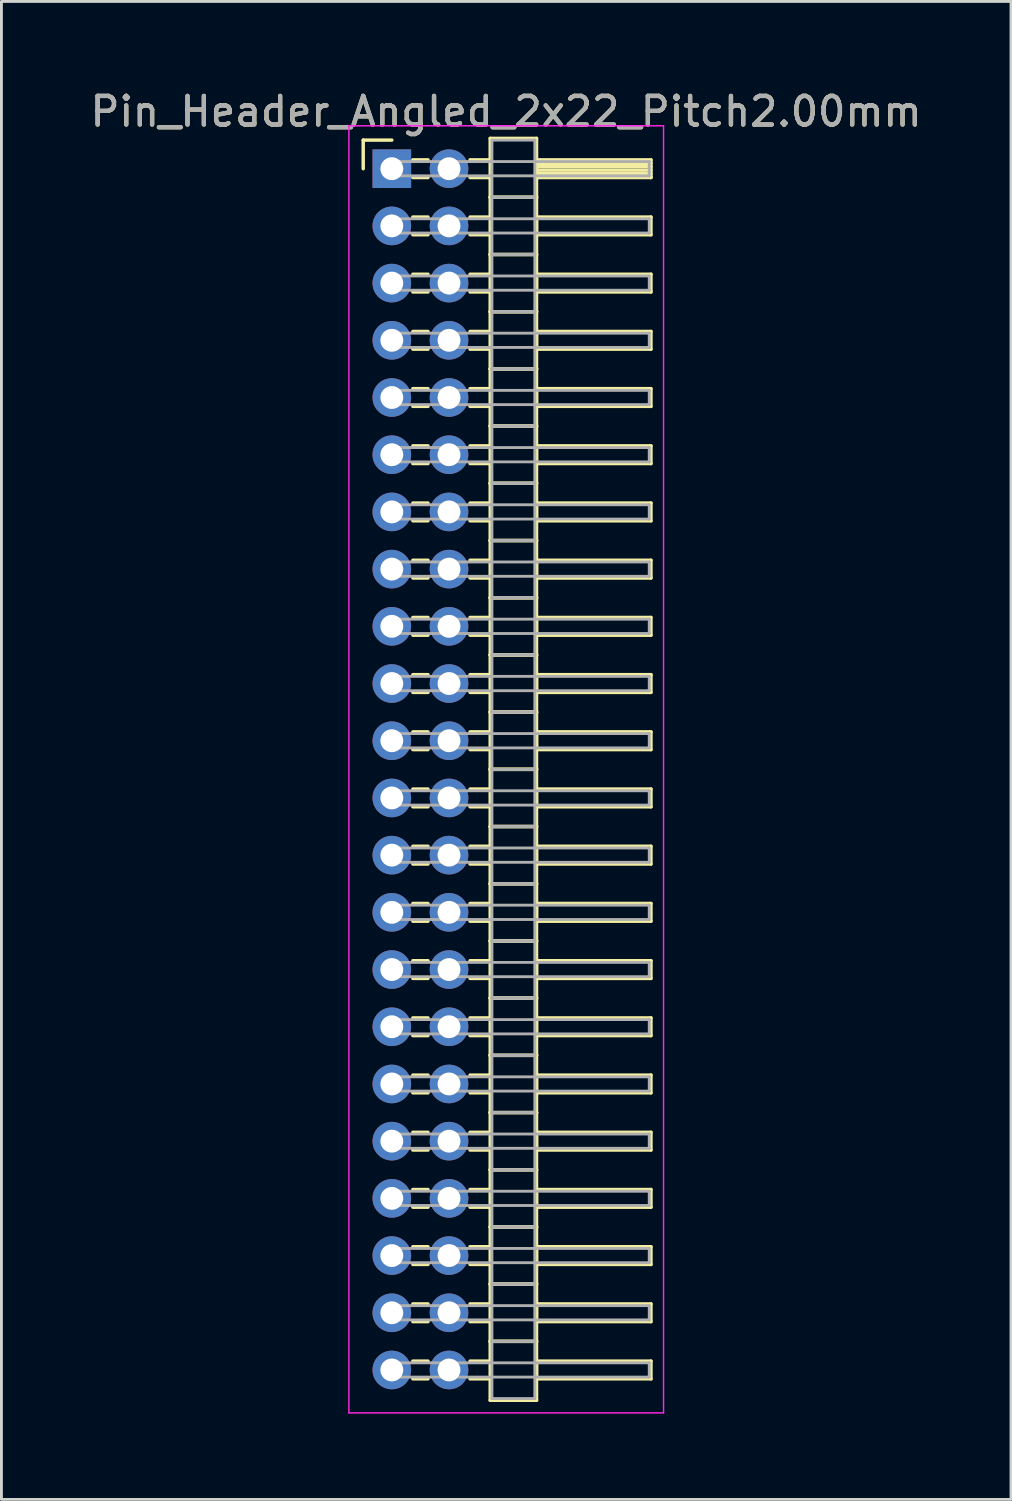
<source format=kicad_pcb>
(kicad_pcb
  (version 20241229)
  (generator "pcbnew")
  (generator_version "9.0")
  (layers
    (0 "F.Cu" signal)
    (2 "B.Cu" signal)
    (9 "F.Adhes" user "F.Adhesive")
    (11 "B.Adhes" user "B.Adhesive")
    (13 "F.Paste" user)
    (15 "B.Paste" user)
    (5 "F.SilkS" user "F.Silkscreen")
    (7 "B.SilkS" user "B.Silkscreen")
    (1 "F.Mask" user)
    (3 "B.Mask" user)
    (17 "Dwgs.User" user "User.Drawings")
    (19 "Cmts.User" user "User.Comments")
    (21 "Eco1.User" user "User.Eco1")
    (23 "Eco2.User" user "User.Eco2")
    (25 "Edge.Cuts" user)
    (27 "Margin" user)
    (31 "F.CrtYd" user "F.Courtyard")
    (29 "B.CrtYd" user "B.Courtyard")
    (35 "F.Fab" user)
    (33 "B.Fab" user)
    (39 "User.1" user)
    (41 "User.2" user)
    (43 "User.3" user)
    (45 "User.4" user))
  (footprint "Pin_Header_Angled_2x22_Pitch2.00mm"
    (layer "F.Cu")
    (at 10.649 2.848)
    (property "Reference" "Pin_Header_Angled_2x22_Pitch2.00mm" (at 4 -2 0) (layer "F.SilkS") (effects (font (size 1 1) (thickness 0.15))))
    (attr through_hole)
    (fp_line (start -1 -1) (end 0 -1) (stroke (width 0.12) (type solid)) (layer "F.SilkS"))
    (fp_line (start -1 0) (end -1 -1) (stroke (width 0.12) (type solid)) (layer "F.SilkS"))
    (fp_line (start 0.735 -0.31) (end 1.265 -0.31) (stroke (width 0.12) (type solid)) (layer "F.SilkS"))
    (fp_line (start 0.735 0.31) (end 1.265 0.31) (stroke (width 0.12) (type solid)) (layer "F.SilkS"))
    (fp_line (start 0.735 1.69) (end 1.265 1.69) (stroke (width 0.12) (type solid)) (layer "F.SilkS"))
    (fp_line (start 0.735 2.31) (end 1.265 2.31) (stroke (width 0.12) (type solid)) (layer "F.SilkS"))
    (fp_line (start 0.735 3.69) (end 1.265 3.69) (stroke (width 0.12) (type solid)) (layer "F.SilkS"))
    (fp_line (start 0.735 4.31) (end 1.265 4.31) (stroke (width 0.12) (type solid)) (layer "F.SilkS"))
    (fp_line (start 0.735 5.69) (end 1.265 5.69) (stroke (width 0.12) (type solid)) (layer "F.SilkS"))
    (fp_line (start 0.735 6.31) (end 1.265 6.31) (stroke (width 0.12) (type solid)) (layer "F.SilkS"))
    (fp_line (start 0.735 7.69) (end 1.265 7.69) (stroke (width 0.12) (type solid)) (layer "F.SilkS"))
    (fp_line (start 0.735 8.31) (end 1.265 8.31) (stroke (width 0.12) (type solid)) (layer "F.SilkS"))
    (fp_line (start 0.735 9.69) (end 1.265 9.69) (stroke (width 0.12) (type solid)) (layer "F.SilkS"))
    (fp_line (start 0.735 10.31) (end 1.265 10.31) (stroke (width 0.12) (type solid)) (layer "F.SilkS"))
    (fp_line (start 0.735 11.69) (end 1.265 11.69) (stroke (width 0.12) (type solid)) (layer "F.SilkS"))
    (fp_line (start 0.735 12.31) (end 1.265 12.31) (stroke (width 0.12) (type solid)) (layer "F.SilkS"))
    (fp_line (start 0.735 13.69) (end 1.265 13.69) (stroke (width 0.12) (type solid)) (layer "F.SilkS"))
    (fp_line (start 0.735 14.31) (end 1.265 14.31) (stroke (width 0.12) (type solid)) (layer "F.SilkS"))
    (fp_line (start 0.735 15.69) (end 1.265 15.69) (stroke (width 0.12) (type solid)) (layer "F.SilkS"))
    (fp_line (start 0.735 16.31) (end 1.265 16.31) (stroke (width 0.12) (type solid)) (layer "F.SilkS"))
    (fp_line (start 0.735 17.69) (end 1.265 17.69) (stroke (width 0.12) (type solid)) (layer "F.SilkS"))
    (fp_line (start 0.735 18.31) (end 1.265 18.31) (stroke (width 0.12) (type solid)) (layer "F.SilkS"))
    (fp_line (start 0.735 19.69) (end 1.265 19.69) (stroke (width 0.12) (type solid)) (layer "F.SilkS"))
    (fp_line (start 0.735 20.31) (end 1.265 20.31) (stroke (width 0.12) (type solid)) (layer "F.SilkS"))
    (fp_line (start 0.735 21.69) (end 1.265 21.69) (stroke (width 0.12) (type solid)) (layer "F.SilkS"))
    (fp_line (start 0.735 22.31) (end 1.265 22.31) (stroke (width 0.12) (type solid)) (layer "F.SilkS"))
    (fp_line (start 0.735 23.69) (end 1.265 23.69) (stroke (width 0.12) (type solid)) (layer "F.SilkS"))
    (fp_line (start 0.735 24.31) (end 1.265 24.31) (stroke (width 0.12) (type solid)) (layer "F.SilkS"))
    (fp_line (start 0.735 25.69) (end 1.265 25.69) (stroke (width 0.12) (type solid)) (layer "F.SilkS"))
    (fp_line (start 0.735 26.31) (end 1.265 26.31) (stroke (width 0.12) (type solid)) (layer "F.SilkS"))
    (fp_line (start 0.735 27.69) (end 1.265 27.69) (stroke (width 0.12) (type solid)) (layer "F.SilkS"))
    (fp_line (start 0.735 28.31) (end 1.265 28.31) (stroke (width 0.12) (type solid)) (layer "F.SilkS"))
    (fp_line (start 0.735 29.69) (end 1.265 29.69) (stroke (width 0.12) (type solid)) (layer "F.SilkS"))
    (fp_line (start 0.735 30.31) (end 1.265 30.31) (stroke (width 0.12) (type solid)) (layer "F.SilkS"))
    (fp_line (start 0.735 31.69) (end 1.265 31.69) (stroke (width 0.12) (type solid)) (layer "F.SilkS"))
    (fp_line (start 0.735 32.31) (end 1.265 32.31) (stroke (width 0.12) (type solid)) (layer "F.SilkS"))
    (fp_line (start 0.735 33.69) (end 1.265 33.69) (stroke (width 0.12) (type solid)) (layer "F.SilkS"))
    (fp_line (start 0.735 34.31) (end 1.265 34.31) (stroke (width 0.12) (type solid)) (layer "F.SilkS"))
    (fp_line (start 0.735 35.69) (end 1.265 35.69) (stroke (width 0.12) (type solid)) (layer "F.SilkS"))
    (fp_line (start 0.735 36.31) (end 1.265 36.31) (stroke (width 0.12) (type solid)) (layer "F.SilkS"))
    (fp_line (start 0.735 37.69) (end 1.265 37.69) (stroke (width 0.12) (type solid)) (layer "F.SilkS"))
    (fp_line (start 0.735 38.31) (end 1.265 38.31) (stroke (width 0.12) (type solid)) (layer "F.SilkS"))
    (fp_line (start 0.735 39.69) (end 1.265 39.69) (stroke (width 0.12) (type solid)) (layer "F.SilkS"))
    (fp_line (start 0.735 40.31) (end 1.265 40.31) (stroke (width 0.12) (type solid)) (layer "F.SilkS"))
    (fp_line (start 0.735 41.69) (end 1.265 41.69) (stroke (width 0.12) (type solid)) (layer "F.SilkS"))
    (fp_line (start 0.735 42.31) (end 1.265 42.31) (stroke (width 0.12) (type solid)) (layer "F.SilkS"))
    (fp_line (start 2.735 -0.31) (end 3.44 -0.31) (stroke (width 0.12) (type solid)) (layer "F.SilkS"))
    (fp_line (start 2.735 0.31) (end 3.44 0.31) (stroke (width 0.12) (type solid)) (layer "F.SilkS"))
    (fp_line (start 2.735 1.69) (end 3.44 1.69) (stroke (width 0.12) (type solid)) (layer "F.SilkS"))
    (fp_line (start 2.735 2.31) (end 3.44 2.31) (stroke (width 0.12) (type solid)) (layer "F.SilkS"))
    (fp_line (start 2.735 3.69) (end 3.44 3.69) (stroke (width 0.12) (type solid)) (layer "F.SilkS"))
    (fp_line (start 2.735 4.31) (end 3.44 4.31) (stroke (width 0.12) (type solid)) (layer "F.SilkS"))
    (fp_line (start 2.735 5.69) (end 3.44 5.69) (stroke (width 0.12) (type solid)) (layer "F.SilkS"))
    (fp_line (start 2.735 6.31) (end 3.44 6.31) (stroke (width 0.12) (type solid)) (layer "F.SilkS"))
    (fp_line (start 2.735 7.69) (end 3.44 7.69) (stroke (width 0.12) (type solid)) (layer "F.SilkS"))
    (fp_line (start 2.735 8.31) (end 3.44 8.31) (stroke (width 0.12) (type solid)) (layer "F.SilkS"))
    (fp_line (start 2.735 9.69) (end 3.44 9.69) (stroke (width 0.12) (type solid)) (layer "F.SilkS"))
    (fp_line (start 2.735 10.31) (end 3.44 10.31) (stroke (width 0.12) (type solid)) (layer "F.SilkS"))
    (fp_line (start 2.735 11.69) (end 3.44 11.69) (stroke (width 0.12) (type solid)) (layer "F.SilkS"))
    (fp_line (start 2.735 12.31) (end 3.44 12.31) (stroke (width 0.12) (type solid)) (layer "F.SilkS"))
    (fp_line (start 2.735 13.69) (end 3.44 13.69) (stroke (width 0.12) (type solid)) (layer "F.SilkS"))
    (fp_line (start 2.735 14.31) (end 3.44 14.31) (stroke (width 0.12) (type solid)) (layer "F.SilkS"))
    (fp_line (start 2.735 15.69) (end 3.44 15.69) (stroke (width 0.12) (type solid)) (layer "F.SilkS"))
    (fp_line (start 2.735 16.31) (end 3.44 16.31) (stroke (width 0.12) (type solid)) (layer "F.SilkS"))
    (fp_line (start 2.735 17.69) (end 3.44 17.69) (stroke (width 0.12) (type solid)) (layer "F.SilkS"))
    (fp_line (start 2.735 18.31) (end 3.44 18.31) (stroke (width 0.12) (type solid)) (layer "F.SilkS"))
    (fp_line (start 2.735 19.69) (end 3.44 19.69) (stroke (width 0.12) (type solid)) (layer "F.SilkS"))
    (fp_line (start 2.735 20.31) (end 3.44 20.31) (stroke (width 0.12) (type solid)) (layer "F.SilkS"))
    (fp_line (start 2.735 21.69) (end 3.44 21.69) (stroke (width 0.12) (type solid)) (layer "F.SilkS"))
    (fp_line (start 2.735 22.31) (end 3.44 22.31) (stroke (width 0.12) (type solid)) (layer "F.SilkS"))
    (fp_line (start 2.735 23.69) (end 3.44 23.69) (stroke (width 0.12) (type solid)) (layer "F.SilkS"))
    (fp_line (start 2.735 24.31) (end 3.44 24.31) (stroke (width 0.12) (type solid)) (layer "F.SilkS"))
    (fp_line (start 2.735 25.69) (end 3.44 25.69) (stroke (width 0.12) (type solid)) (layer "F.SilkS"))
    (fp_line (start 2.735 26.31) (end 3.44 26.31) (stroke (width 0.12) (type solid)) (layer "F.SilkS"))
    (fp_line (start 2.735 27.69) (end 3.44 27.69) (stroke (width 0.12) (type solid)) (layer "F.SilkS"))
    (fp_line (start 2.735 28.31) (end 3.44 28.31) (stroke (width 0.12) (type solid)) (layer "F.SilkS"))
    (fp_line (start 2.735 29.69) (end 3.44 29.69) (stroke (width 0.12) (type solid)) (layer "F.SilkS"))
    (fp_line (start 2.735 30.31) (end 3.44 30.31) (stroke (width 0.12) (type solid)) (layer "F.SilkS"))
    (fp_line (start 2.735 31.69) (end 3.44 31.69) (stroke (width 0.12) (type solid)) (layer "F.SilkS"))
    (fp_line (start 2.735 32.31) (end 3.44 32.31) (stroke (width 0.12) (type solid)) (layer "F.SilkS"))
    (fp_line (start 2.735 33.69) (end 3.44 33.69) (stroke (width 0.12) (type solid)) (layer "F.SilkS"))
    (fp_line (start 2.735 34.31) (end 3.44 34.31) (stroke (width 0.12) (type solid)) (layer "F.SilkS"))
    (fp_line (start 2.735 35.69) (end 3.44 35.69) (stroke (width 0.12) (type solid)) (layer "F.SilkS"))
    (fp_line (start 2.735 36.31) (end 3.44 36.31) (stroke (width 0.12) (type solid)) (layer "F.SilkS"))
    (fp_line (start 2.735 37.69) (end 3.44 37.69) (stroke (width 0.12) (type solid)) (layer "F.SilkS"))
    (fp_line (start 2.735 38.31) (end 3.44 38.31) (stroke (width 0.12) (type solid)) (layer "F.SilkS"))
    (fp_line (start 2.735 39.69) (end 3.44 39.69) (stroke (width 0.12) (type solid)) (layer "F.SilkS"))
    (fp_line (start 2.735 40.31) (end 3.44 40.31) (stroke (width 0.12) (type solid)) (layer "F.SilkS"))
    (fp_line (start 2.735 41.69) (end 3.44 41.69) (stroke (width 0.12) (type solid)) (layer "F.SilkS"))
    (fp_line (start 2.735 42.31) (end 3.44 42.31) (stroke (width 0.12) (type solid)) (layer "F.SilkS"))
    (fp_line (start 3.44 -1.06) (end 3.44 1) (stroke (width 0.12) (type solid)) (layer "F.SilkS"))
    (fp_line (start 3.44 1) (end 3.44 3) (stroke (width 0.12) (type solid)) (layer "F.SilkS"))
    (fp_line (start 3.44 1) (end 5.06 1) (stroke (width 0.12) (type solid)) (layer "F.SilkS"))
    (fp_line (start 3.44 3) (end 3.44 5) (stroke (width 0.12) (type solid)) (layer "F.SilkS"))
    (fp_line (start 3.44 3) (end 5.06 3) (stroke (width 0.12) (type solid)) (layer "F.SilkS"))
    (fp_line (start 3.44 5) (end 3.44 7) (stroke (width 0.12) (type solid)) (layer "F.SilkS"))
    (fp_line (start 3.44 5) (end 5.06 5) (stroke (width 0.12) (type solid)) (layer "F.SilkS"))
    (fp_line (start 3.44 7) (end 3.44 9) (stroke (width 0.12) (type solid)) (layer "F.SilkS"))
    (fp_line (start 3.44 7) (end 5.06 7) (stroke (width 0.12) (type solid)) (layer "F.SilkS"))
    (fp_line (start 3.44 9) (end 3.44 11) (stroke (width 0.12) (type solid)) (layer "F.SilkS"))
    (fp_line (start 3.44 9) (end 5.06 9) (stroke (width 0.12) (type solid)) (layer "F.SilkS"))
    (fp_line (start 3.44 11) (end 3.44 13) (stroke (width 0.12) (type solid)) (layer "F.SilkS"))
    (fp_line (start 3.44 11) (end 5.06 11) (stroke (width 0.12) (type solid)) (layer "F.SilkS"))
    (fp_line (start 3.44 13) (end 3.44 15) (stroke (width 0.12) (type solid)) (layer "F.SilkS"))
    (fp_line (start 3.44 13) (end 5.06 13) (stroke (width 0.12) (type solid)) (layer "F.SilkS"))
    (fp_line (start 3.44 15) (end 3.44 17) (stroke (width 0.12) (type solid)) (layer "F.SilkS"))
    (fp_line (start 3.44 15) (end 5.06 15) (stroke (width 0.12) (type solid)) (layer "F.SilkS"))
    (fp_line (start 3.44 17) (end 3.44 19) (stroke (width 0.12) (type solid)) (layer "F.SilkS"))
    (fp_line (start 3.44 17) (end 5.06 17) (stroke (width 0.12) (type solid)) (layer "F.SilkS"))
    (fp_line (start 3.44 19) (end 3.44 21) (stroke (width 0.12) (type solid)) (layer "F.SilkS"))
    (fp_line (start 3.44 19) (end 5.06 19) (stroke (width 0.12) (type solid)) (layer "F.SilkS"))
    (fp_line (start 3.44 21) (end 3.44 23) (stroke (width 0.12) (type solid)) (layer "F.SilkS"))
    (fp_line (start 3.44 21) (end 5.06 21) (stroke (width 0.12) (type solid)) (layer "F.SilkS"))
    (fp_line (start 3.44 23) (end 3.44 25) (stroke (width 0.12) (type solid)) (layer "F.SilkS"))
    (fp_line (start 3.44 23) (end 5.06 23) (stroke (width 0.12) (type solid)) (layer "F.SilkS"))
    (fp_line (start 3.44 25) (end 3.44 27) (stroke (width 0.12) (type solid)) (layer "F.SilkS"))
    (fp_line (start 3.44 25) (end 5.06 25) (stroke (width 0.12) (type solid)) (layer "F.SilkS"))
    (fp_line (start 3.44 27) (end 3.44 29) (stroke (width 0.12) (type solid)) (layer "F.SilkS"))
    (fp_line (start 3.44 27) (end 5.06 27) (stroke (width 0.12) (type solid)) (layer "F.SilkS"))
    (fp_line (start 3.44 29) (end 3.44 31) (stroke (width 0.12) (type solid)) (layer "F.SilkS"))
    (fp_line (start 3.44 29) (end 5.06 29) (stroke (width 0.12) (type solid)) (layer "F.SilkS"))
    (fp_line (start 3.44 31) (end 3.44 33) (stroke (width 0.12) (type solid)) (layer "F.SilkS"))
    (fp_line (start 3.44 31) (end 5.06 31) (stroke (width 0.12) (type solid)) (layer "F.SilkS"))
    (fp_line (start 3.44 33) (end 3.44 35) (stroke (width 0.12) (type solid)) (layer "F.SilkS"))
    (fp_line (start 3.44 33) (end 5.06 33) (stroke (width 0.12) (type solid)) (layer "F.SilkS"))
    (fp_line (start 3.44 35) (end 3.44 37) (stroke (width 0.12) (type solid)) (layer "F.SilkS"))
    (fp_line (start 3.44 35) (end 5.06 35) (stroke (width 0.12) (type solid)) (layer "F.SilkS"))
    (fp_line (start 3.44 37) (end 3.44 39) (stroke (width 0.12) (type solid)) (layer "F.SilkS"))
    (fp_line (start 3.44 37) (end 5.06 37) (stroke (width 0.12) (type solid)) (layer "F.SilkS"))
    (fp_line (start 3.44 39) (end 3.44 41) (stroke (width 0.12) (type solid)) (layer "F.SilkS"))
    (fp_line (start 3.44 39) (end 5.06 39) (stroke (width 0.12) (type solid)) (layer "F.SilkS"))
    (fp_line (start 3.44 41) (end 3.44 43.06) (stroke (width 0.12) (type solid)) (layer "F.SilkS"))
    (fp_line (start 3.44 41) (end 5.06 41) (stroke (width 0.12) (type solid)) (layer "F.SilkS"))
    (fp_line (start 3.44 43.06) (end 5.06 43.06) (stroke (width 0.12) (type solid)) (layer "F.SilkS"))
    (fp_line (start 5.06 -1.06) (end 3.44 -1.06) (stroke (width 0.12) (type solid)) (layer "F.SilkS"))
    (fp_line (start 5.06 -0.31) (end 5.06 0.31) (stroke (width 0.12) (type solid)) (layer "F.SilkS"))
    (fp_line (start 5.06 -0.19) (end 9.06 -0.19) (stroke (width 0.12) (type solid)) (layer "F.SilkS"))
    (fp_line (start 5.06 -0.07) (end 9.06 -0.07) (stroke (width 0.12) (type solid)) (layer "F.SilkS"))
    (fp_line (start 5.06 0.05) (end 9.06 0.05) (stroke (width 0.12) (type solid)) (layer "F.SilkS"))
    (fp_line (start 5.06 0.17) (end 9.06 0.17) (stroke (width 0.12) (type solid)) (layer "F.SilkS"))
    (fp_line (start 5.06 0.29) (end 9.06 0.29) (stroke (width 0.12) (type solid)) (layer "F.SilkS"))
    (fp_line (start 5.06 0.31) (end 9.06 0.31) (stroke (width 0.12) (type solid)) (layer "F.SilkS"))
    (fp_line (start 5.06 1) (end 3.44 1) (stroke (width 0.12) (type solid)) (layer "F.SilkS"))
    (fp_line (start 5.06 1) (end 5.06 -1.06) (stroke (width 0.12) (type solid)) (layer "F.SilkS"))
    (fp_line (start 5.06 1.69) (end 5.06 2.31) (stroke (width 0.12) (type solid)) (layer "F.SilkS"))
    (fp_line (start 5.06 2.31) (end 9.06 2.31) (stroke (width 0.12) (type solid)) (layer "F.SilkS"))
    (fp_line (start 5.06 3) (end 3.44 3) (stroke (width 0.12) (type solid)) (layer "F.SilkS"))
    (fp_line (start 5.06 3) (end 5.06 1) (stroke (width 0.12) (type solid)) (layer "F.SilkS"))
    (fp_line (start 5.06 3.69) (end 5.06 4.31) (stroke (width 0.12) (type solid)) (layer "F.SilkS"))
    (fp_line (start 5.06 4.31) (end 9.06 4.31) (stroke (width 0.12) (type solid)) (layer "F.SilkS"))
    (fp_line (start 5.06 5) (end 3.44 5) (stroke (width 0.12) (type solid)) (layer "F.SilkS"))
    (fp_line (start 5.06 5) (end 5.06 3) (stroke (width 0.12) (type solid)) (layer "F.SilkS"))
    (fp_line (start 5.06 5.69) (end 5.06 6.31) (stroke (width 0.12) (type solid)) (layer "F.SilkS"))
    (fp_line (start 5.06 6.31) (end 9.06 6.31) (stroke (width 0.12) (type solid)) (layer "F.SilkS"))
    (fp_line (start 5.06 7) (end 3.44 7) (stroke (width 0.12) (type solid)) (layer "F.SilkS"))
    (fp_line (start 5.06 7) (end 5.06 5) (stroke (width 0.12) (type solid)) (layer "F.SilkS"))
    (fp_line (start 5.06 7.69) (end 5.06 8.31) (stroke (width 0.12) (type solid)) (layer "F.SilkS"))
    (fp_line (start 5.06 8.31) (end 9.06 8.31) (stroke (width 0.12) (type solid)) (layer "F.SilkS"))
    (fp_line (start 5.06 9) (end 3.44 9) (stroke (width 0.12) (type solid)) (layer "F.SilkS"))
    (fp_line (start 5.06 9) (end 5.06 7) (stroke (width 0.12) (type solid)) (layer "F.SilkS"))
    (fp_line (start 5.06 9.69) (end 5.06 10.31) (stroke (width 0.12) (type solid)) (layer "F.SilkS"))
    (fp_line (start 5.06 10.31) (end 9.06 10.31) (stroke (width 0.12) (type solid)) (layer "F.SilkS"))
    (fp_line (start 5.06 11) (end 3.44 11) (stroke (width 0.12) (type solid)) (layer "F.SilkS"))
    (fp_line (start 5.06 11) (end 5.06 9) (stroke (width 0.12) (type solid)) (layer "F.SilkS"))
    (fp_line (start 5.06 11.69) (end 5.06 12.31) (stroke (width 0.12) (type solid)) (layer "F.SilkS"))
    (fp_line (start 5.06 12.31) (end 9.06 12.31) (stroke (width 0.12) (type solid)) (layer "F.SilkS"))
    (fp_line (start 5.06 13) (end 3.44 13) (stroke (width 0.12) (type solid)) (layer "F.SilkS"))
    (fp_line (start 5.06 13) (end 5.06 11) (stroke (width 0.12) (type solid)) (layer "F.SilkS"))
    (fp_line (start 5.06 13.69) (end 5.06 14.31) (stroke (width 0.12) (type solid)) (layer "F.SilkS"))
    (fp_line (start 5.06 14.31) (end 9.06 14.31) (stroke (width 0.12) (type solid)) (layer "F.SilkS"))
    (fp_line (start 5.06 15) (end 3.44 15) (stroke (width 0.12) (type solid)) (layer "F.SilkS"))
    (fp_line (start 5.06 15) (end 5.06 13) (stroke (width 0.12) (type solid)) (layer "F.SilkS"))
    (fp_line (start 5.06 15.69) (end 5.06 16.31) (stroke (width 0.12) (type solid)) (layer "F.SilkS"))
    (fp_line (start 5.06 16.31) (end 9.06 16.31) (stroke (width 0.12) (type solid)) (layer "F.SilkS"))
    (fp_line (start 5.06 17) (end 3.44 17) (stroke (width 0.12) (type solid)) (layer "F.SilkS"))
    (fp_line (start 5.06 17) (end 5.06 15) (stroke (width 0.12) (type solid)) (layer "F.SilkS"))
    (fp_line (start 5.06 17.69) (end 5.06 18.31) (stroke (width 0.12) (type solid)) (layer "F.SilkS"))
    (fp_line (start 5.06 18.31) (end 9.06 18.31) (stroke (width 0.12) (type solid)) (layer "F.SilkS"))
    (fp_line (start 5.06 19) (end 3.44 19) (stroke (width 0.12) (type solid)) (layer "F.SilkS"))
    (fp_line (start 5.06 19) (end 5.06 17) (stroke (width 0.12) (type solid)) (layer "F.SilkS"))
    (fp_line (start 5.06 19.69) (end 5.06 20.31) (stroke (width 0.12) (type solid)) (layer "F.SilkS"))
    (fp_line (start 5.06 20.31) (end 9.06 20.31) (stroke (width 0.12) (type solid)) (layer "F.SilkS"))
    (fp_line (start 5.06 21) (end 3.44 21) (stroke (width 0.12) (type solid)) (layer "F.SilkS"))
    (fp_line (start 5.06 21) (end 5.06 19) (stroke (width 0.12) (type solid)) (layer "F.SilkS"))
    (fp_line (start 5.06 21.69) (end 5.06 22.31) (stroke (width 0.12) (type solid)) (layer "F.SilkS"))
    (fp_line (start 5.06 22.31) (end 9.06 22.31) (stroke (width 0.12) (type solid)) (layer "F.SilkS"))
    (fp_line (start 5.06 23) (end 3.44 23) (stroke (width 0.12) (type solid)) (layer "F.SilkS"))
    (fp_line (start 5.06 23) (end 5.06 21) (stroke (width 0.12) (type solid)) (layer "F.SilkS"))
    (fp_line (start 5.06 23.69) (end 5.06 24.31) (stroke (width 0.12) (type solid)) (layer "F.SilkS"))
    (fp_line (start 5.06 24.31) (end 9.06 24.31) (stroke (width 0.12) (type solid)) (layer "F.SilkS"))
    (fp_line (start 5.06 25) (end 3.44 25) (stroke (width 0.12) (type solid)) (layer "F.SilkS"))
    (fp_line (start 5.06 25) (end 5.06 23) (stroke (width 0.12) (type solid)) (layer "F.SilkS"))
    (fp_line (start 5.06 25.69) (end 5.06 26.31) (stroke (width 0.12) (type solid)) (layer "F.SilkS"))
    (fp_line (start 5.06 26.31) (end 9.06 26.31) (stroke (width 0.12) (type solid)) (layer "F.SilkS"))
    (fp_line (start 5.06 27) (end 3.44 27) (stroke (width 0.12) (type solid)) (layer "F.SilkS"))
    (fp_line (start 5.06 27) (end 5.06 25) (stroke (width 0.12) (type solid)) (layer "F.SilkS"))
    (fp_line (start 5.06 27.69) (end 5.06 28.31) (stroke (width 0.12) (type solid)) (layer "F.SilkS"))
    (fp_line (start 5.06 28.31) (end 9.06 28.31) (stroke (width 0.12) (type solid)) (layer "F.SilkS"))
    (fp_line (start 5.06 29) (end 3.44 29) (stroke (width 0.12) (type solid)) (layer "F.SilkS"))
    (fp_line (start 5.06 29) (end 5.06 27) (stroke (width 0.12) (type solid)) (layer "F.SilkS"))
    (fp_line (start 5.06 29.69) (end 5.06 30.31) (stroke (width 0.12) (type solid)) (layer "F.SilkS"))
    (fp_line (start 5.06 30.31) (end 9.06 30.31) (stroke (width 0.12) (type solid)) (layer "F.SilkS"))
    (fp_line (start 5.06 31) (end 3.44 31) (stroke (width 0.12) (type solid)) (layer "F.SilkS"))
    (fp_line (start 5.06 31) (end 5.06 29) (stroke (width 0.12) (type solid)) (layer "F.SilkS"))
    (fp_line (start 5.06 31.69) (end 5.06 32.31) (stroke (width 0.12) (type solid)) (layer "F.SilkS"))
    (fp_line (start 5.06 32.31) (end 9.06 32.31) (stroke (width 0.12) (type solid)) (layer "F.SilkS"))
    (fp_line (start 5.06 33) (end 3.44 33) (stroke (width 0.12) (type solid)) (layer "F.SilkS"))
    (fp_line (start 5.06 33) (end 5.06 31) (stroke (width 0.12) (type solid)) (layer "F.SilkS"))
    (fp_line (start 5.06 33.69) (end 5.06 34.31) (stroke (width 0.12) (type solid)) (layer "F.SilkS"))
    (fp_line (start 5.06 34.31) (end 9.06 34.31) (stroke (width 0.12) (type solid)) (layer "F.SilkS"))
    (fp_line (start 5.06 35) (end 3.44 35) (stroke (width 0.12) (type solid)) (layer "F.SilkS"))
    (fp_line (start 5.06 35) (end 5.06 33) (stroke (width 0.12) (type solid)) (layer "F.SilkS"))
    (fp_line (start 5.06 35.69) (end 5.06 36.31) (stroke (width 0.12) (type solid)) (layer "F.SilkS"))
    (fp_line (start 5.06 36.31) (end 9.06 36.31) (stroke (width 0.12) (type solid)) (layer "F.SilkS"))
    (fp_line (start 5.06 37) (end 3.44 37) (stroke (width 0.12) (type solid)) (layer "F.SilkS"))
    (fp_line (start 5.06 37) (end 5.06 35) (stroke (width 0.12) (type solid)) (layer "F.SilkS"))
    (fp_line (start 5.06 37.69) (end 5.06 38.31) (stroke (width 0.12) (type solid)) (layer "F.SilkS"))
    (fp_line (start 5.06 38.31) (end 9.06 38.31) (stroke (width 0.12) (type solid)) (layer "F.SilkS"))
    (fp_line (start 5.06 39) (end 3.44 39) (stroke (width 0.12) (type solid)) (layer "F.SilkS"))
    (fp_line (start 5.06 39) (end 5.06 37) (stroke (width 0.12) (type solid)) (layer "F.SilkS"))
    (fp_line (start 5.06 39.69) (end 5.06 40.31) (stroke (width 0.12) (type solid)) (layer "F.SilkS"))
    (fp_line (start 5.06 40.31) (end 9.06 40.31) (stroke (width 0.12) (type solid)) (layer "F.SilkS"))
    (fp_line (start 5.06 41) (end 3.44 41) (stroke (width 0.12) (type solid)) (layer "F.SilkS"))
    (fp_line (start 5.06 41) (end 5.06 39) (stroke (width 0.12) (type solid)) (layer "F.SilkS"))
    (fp_line (start 5.06 41.69) (end 5.06 42.31) (stroke (width 0.12) (type solid)) (layer "F.SilkS"))
    (fp_line (start 5.06 42.31) (end 9.06 42.31) (stroke (width 0.12) (type solid)) (layer "F.SilkS"))
    (fp_line (start 5.06 43.06) (end 5.06 41) (stroke (width 0.12) (type solid)) (layer "F.SilkS"))
    (fp_line (start 9.06 -0.31) (end 5.06 -0.31) (stroke (width 0.12) (type solid)) (layer "F.SilkS"))
    (fp_line (start 9.06 0.31) (end 9.06 -0.31) (stroke (width 0.12) (type solid)) (layer "F.SilkS"))
    (fp_line (start 9.06 1.69) (end 5.06 1.69) (stroke (width 0.12) (type solid)) (layer "F.SilkS"))
    (fp_line (start 9.06 2.31) (end 9.06 1.69) (stroke (width 0.12) (type solid)) (layer "F.SilkS"))
    (fp_line (start 9.06 3.69) (end 5.06 3.69) (stroke (width 0.12) (type solid)) (layer "F.SilkS"))
    (fp_line (start 9.06 4.31) (end 9.06 3.69) (stroke (width 0.12) (type solid)) (layer "F.SilkS"))
    (fp_line (start 9.06 5.69) (end 5.06 5.69) (stroke (width 0.12) (type solid)) (layer "F.SilkS"))
    (fp_line (start 9.06 6.31) (end 9.06 5.69) (stroke (width 0.12) (type solid)) (layer "F.SilkS"))
    (fp_line (start 9.06 7.69) (end 5.06 7.69) (stroke (width 0.12) (type solid)) (layer "F.SilkS"))
    (fp_line (start 9.06 8.31) (end 9.06 7.69) (stroke (width 0.12) (type solid)) (layer "F.SilkS"))
    (fp_line (start 9.06 9.69) (end 5.06 9.69) (stroke (width 0.12) (type solid)) (layer "F.SilkS"))
    (fp_line (start 9.06 10.31) (end 9.06 9.69) (stroke (width 0.12) (type solid)) (layer "F.SilkS"))
    (fp_line (start 9.06 11.69) (end 5.06 11.69) (stroke (width 0.12) (type solid)) (layer "F.SilkS"))
    (fp_line (start 9.06 12.31) (end 9.06 11.69) (stroke (width 0.12) (type solid)) (layer "F.SilkS"))
    (fp_line (start 9.06 13.69) (end 5.06 13.69) (stroke (width 0.12) (type solid)) (layer "F.SilkS"))
    (fp_line (start 9.06 14.31) (end 9.06 13.69) (stroke (width 0.12) (type solid)) (layer "F.SilkS"))
    (fp_line (start 9.06 15.69) (end 5.06 15.69) (stroke (width 0.12) (type solid)) (layer "F.SilkS"))
    (fp_line (start 9.06 16.31) (end 9.06 15.69) (stroke (width 0.12) (type solid)) (layer "F.SilkS"))
    (fp_line (start 9.06 17.69) (end 5.06 17.69) (stroke (width 0.12) (type solid)) (layer "F.SilkS"))
    (fp_line (start 9.06 18.31) (end 9.06 17.69) (stroke (width 0.12) (type solid)) (layer "F.SilkS"))
    (fp_line (start 9.06 19.69) (end 5.06 19.69) (stroke (width 0.12) (type solid)) (layer "F.SilkS"))
    (fp_line (start 9.06 20.31) (end 9.06 19.69) (stroke (width 0.12) (type solid)) (layer "F.SilkS"))
    (fp_line (start 9.06 21.69) (end 5.06 21.69) (stroke (width 0.12) (type solid)) (layer "F.SilkS"))
    (fp_line (start 9.06 22.31) (end 9.06 21.69) (stroke (width 0.12) (type solid)) (layer "F.SilkS"))
    (fp_line (start 9.06 23.69) (end 5.06 23.69) (stroke (width 0.12) (type solid)) (layer "F.SilkS"))
    (fp_line (start 9.06 24.31) (end 9.06 23.69) (stroke (width 0.12) (type solid)) (layer "F.SilkS"))
    (fp_line (start 9.06 25.69) (end 5.06 25.69) (stroke (width 0.12) (type solid)) (layer "F.SilkS"))
    (fp_line (start 9.06 26.31) (end 9.06 25.69) (stroke (width 0.12) (type solid)) (layer "F.SilkS"))
    (fp_line (start 9.06 27.69) (end 5.06 27.69) (stroke (width 0.12) (type solid)) (layer "F.SilkS"))
    (fp_line (start 9.06 28.31) (end 9.06 27.69) (stroke (width 0.12) (type solid)) (layer "F.SilkS"))
    (fp_line (start 9.06 29.69) (end 5.06 29.69) (stroke (width 0.12) (type solid)) (layer "F.SilkS"))
    (fp_line (start 9.06 30.31) (end 9.06 29.69) (stroke (width 0.12) (type solid)) (layer "F.SilkS"))
    (fp_line (start 9.06 31.69) (end 5.06 31.69) (stroke (width 0.12) (type solid)) (layer "F.SilkS"))
    (fp_line (start 9.06 32.31) (end 9.06 31.69) (stroke (width 0.12) (type solid)) (layer "F.SilkS"))
    (fp_line (start 9.06 33.69) (end 5.06 33.69) (stroke (width 0.12) (type solid)) (layer "F.SilkS"))
    (fp_line (start 9.06 34.31) (end 9.06 33.69) (stroke (width 0.12) (type solid)) (layer "F.SilkS"))
    (fp_line (start 9.06 35.69) (end 5.06 35.69) (stroke (width 0.12) (type solid)) (layer "F.SilkS"))
    (fp_line (start 9.06 36.31) (end 9.06 35.69) (stroke (width 0.12) (type solid)) (layer "F.SilkS"))
    (fp_line (start 9.06 37.69) (end 5.06 37.69) (stroke (width 0.12) (type solid)) (layer "F.SilkS"))
    (fp_line (start 9.06 38.31) (end 9.06 37.69) (stroke (width 0.12) (type solid)) (layer "F.SilkS"))
    (fp_line (start 9.06 39.69) (end 5.06 39.69) (stroke (width 0.12) (type solid)) (layer "F.SilkS"))
    (fp_line (start 9.06 40.31) (end 9.06 39.69) (stroke (width 0.12) (type solid)) (layer "F.SilkS"))
    (fp_line (start 9.06 41.69) (end 5.06 41.69) (stroke (width 0.12) (type solid)) (layer "F.SilkS"))
    (fp_line (start 9.06 42.31) (end 9.06 41.69) (stroke (width 0.12) (type solid)) (layer "F.SilkS"))
    (fp_line (start -1.5 -1.5) (end -1.5 43.5) (stroke (width 0.05) (type solid)) (layer "F.CrtYd"))
    (fp_line (start -1.5 43.5) (end 9.5 43.5) (stroke (width 0.05) (type solid)) (layer "F.CrtYd"))
    (fp_line (start 9.5 -1.5) (end -1.5 -1.5) (stroke (width 0.05) (type solid)) (layer "F.CrtYd"))
    (fp_line (start 9.5 43.5) (end 9.5 -1.5) (stroke (width 0.05) (type solid)) (layer "F.CrtYd"))
    (fp_line (start 0 -0.25) (end 0 0.25) (stroke (width 0.1) (type solid)) (layer "F.Fab"))
    (fp_line (start 0 0.25) (end 9 0.25) (stroke (width 0.1) (type solid)) (layer "F.Fab"))
    (fp_line (start 0 1.75) (end 0 2.25) (stroke (width 0.1) (type solid)) (layer "F.Fab"))
    (fp_line (start 0 2.25) (end 9 2.25) (stroke (width 0.1) (type solid)) (layer "F.Fab"))
    (fp_line (start 0 3.75) (end 0 4.25) (stroke (width 0.1) (type solid)) (layer "F.Fab"))
    (fp_line (start 0 4.25) (end 9 4.25) (stroke (width 0.1) (type solid)) (layer "F.Fab"))
    (fp_line (start 0 5.75) (end 0 6.25) (stroke (width 0.1) (type solid)) (layer "F.Fab"))
    (fp_line (start 0 6.25) (end 9 6.25) (stroke (width 0.1) (type solid)) (layer "F.Fab"))
    (fp_line (start 0 7.75) (end 0 8.25) (stroke (width 0.1) (type solid)) (layer "F.Fab"))
    (fp_line (start 0 8.25) (end 9 8.25) (stroke (width 0.1) (type solid)) (layer "F.Fab"))
    (fp_line (start 0 9.75) (end 0 10.25) (stroke (width 0.1) (type solid)) (layer "F.Fab"))
    (fp_line (start 0 10.25) (end 9 10.25) (stroke (width 0.1) (type solid)) (layer "F.Fab"))
    (fp_line (start 0 11.75) (end 0 12.25) (stroke (width 0.1) (type solid)) (layer "F.Fab"))
    (fp_line (start 0 12.25) (end 9 12.25) (stroke (width 0.1) (type solid)) (layer "F.Fab"))
    (fp_line (start 0 13.75) (end 0 14.25) (stroke (width 0.1) (type solid)) (layer "F.Fab"))
    (fp_line (start 0 14.25) (end 9 14.25) (stroke (width 0.1) (type solid)) (layer "F.Fab"))
    (fp_line (start 0 15.75) (end 0 16.25) (stroke (width 0.1) (type solid)) (layer "F.Fab"))
    (fp_line (start 0 16.25) (end 9 16.25) (stroke (width 0.1) (type solid)) (layer "F.Fab"))
    (fp_line (start 0 17.75) (end 0 18.25) (stroke (width 0.1) (type solid)) (layer "F.Fab"))
    (fp_line (start 0 18.25) (end 9 18.25) (stroke (width 0.1) (type solid)) (layer "F.Fab"))
    (fp_line (start 0 19.75) (end 0 20.25) (stroke (width 0.1) (type solid)) (layer "F.Fab"))
    (fp_line (start 0 20.25) (end 9 20.25) (stroke (width 0.1) (type solid)) (layer "F.Fab"))
    (fp_line (start 0 21.75) (end 0 22.25) (stroke (width 0.1) (type solid)) (layer "F.Fab"))
    (fp_line (start 0 22.25) (end 9 22.25) (stroke (width 0.1) (type solid)) (layer "F.Fab"))
    (fp_line (start 0 23.75) (end 0 24.25) (stroke (width 0.1) (type solid)) (layer "F.Fab"))
    (fp_line (start 0 24.25) (end 9 24.25) (stroke (width 0.1) (type solid)) (layer "F.Fab"))
    (fp_line (start 0 25.75) (end 0 26.25) (stroke (width 0.1) (type solid)) (layer "F.Fab"))
    (fp_line (start 0 26.25) (end 9 26.25) (stroke (width 0.1) (type solid)) (layer "F.Fab"))
    (fp_line (start 0 27.75) (end 0 28.25) (stroke (width 0.1) (type solid)) (layer "F.Fab"))
    (fp_line (start 0 28.25) (end 9 28.25) (stroke (width 0.1) (type solid)) (layer "F.Fab"))
    (fp_line (start 0 29.75) (end 0 30.25) (stroke (width 0.1) (type solid)) (layer "F.Fab"))
    (fp_line (start 0 30.25) (end 9 30.25) (stroke (width 0.1) (type solid)) (layer "F.Fab"))
    (fp_line (start 0 31.75) (end 0 32.25) (stroke (width 0.1) (type solid)) (layer "F.Fab"))
    (fp_line (start 0 32.25) (end 9 32.25) (stroke (width 0.1) (type solid)) (layer "F.Fab"))
    (fp_line (start 0 33.75) (end 0 34.25) (stroke (width 0.1) (type solid)) (layer "F.Fab"))
    (fp_line (start 0 34.25) (end 9 34.25) (stroke (width 0.1) (type solid)) (layer "F.Fab"))
    (fp_line (start 0 35.75) (end 0 36.25) (stroke (width 0.1) (type solid)) (layer "F.Fab"))
    (fp_line (start 0 36.25) (end 9 36.25) (stroke (width 0.1) (type solid)) (layer "F.Fab"))
    (fp_line (start 0 37.75) (end 0 38.25) (stroke (width 0.1) (type solid)) (layer "F.Fab"))
    (fp_line (start 0 38.25) (end 9 38.25) (stroke (width 0.1) (type solid)) (layer "F.Fab"))
    (fp_line (start 0 39.75) (end 0 40.25) (stroke (width 0.1) (type solid)) (layer "F.Fab"))
    (fp_line (start 0 40.25) (end 9 40.25) (stroke (width 0.1) (type solid)) (layer "F.Fab"))
    (fp_line (start 0 41.75) (end 0 42.25) (stroke (width 0.1) (type solid)) (layer "F.Fab"))
    (fp_line (start 0 42.25) (end 9 42.25) (stroke (width 0.1) (type solid)) (layer "F.Fab"))
    (fp_line (start 3.5 -1) (end 3.5 1) (stroke (width 0.1) (type solid)) (layer "F.Fab"))
    (fp_line (start 3.5 1) (end 3.5 3) (stroke (width 0.1) (type solid)) (layer "F.Fab"))
    (fp_line (start 3.5 1) (end 5 1) (stroke (width 0.1) (type solid)) (layer "F.Fab"))
    (fp_line (start 3.5 3) (end 3.5 5) (stroke (width 0.1) (type solid)) (layer "F.Fab"))
    (fp_line (start 3.5 3) (end 5 3) (stroke (width 0.1) (type solid)) (layer "F.Fab"))
    (fp_line (start 3.5 5) (end 3.5 7) (stroke (width 0.1) (type solid)) (layer "F.Fab"))
    (fp_line (start 3.5 5) (end 5 5) (stroke (width 0.1) (type solid)) (layer "F.Fab"))
    (fp_line (start 3.5 7) (end 3.5 9) (stroke (width 0.1) (type solid)) (layer "F.Fab"))
    (fp_line (start 3.5 7) (end 5 7) (stroke (width 0.1) (type solid)) (layer "F.Fab"))
    (fp_line (start 3.5 9) (end 3.5 11) (stroke (width 0.1) (type solid)) (layer "F.Fab"))
    (fp_line (start 3.5 9) (end 5 9) (stroke (width 0.1) (type solid)) (layer "F.Fab"))
    (fp_line (start 3.5 11) (end 3.5 13) (stroke (width 0.1) (type solid)) (layer "F.Fab"))
    (fp_line (start 3.5 11) (end 5 11) (stroke (width 0.1) (type solid)) (layer "F.Fab"))
    (fp_line (start 3.5 13) (end 3.5 15) (stroke (width 0.1) (type solid)) (layer "F.Fab"))
    (fp_line (start 3.5 13) (end 5 13) (stroke (width 0.1) (type solid)) (layer "F.Fab"))
    (fp_line (start 3.5 15) (end 3.5 17) (stroke (width 0.1) (type solid)) (layer "F.Fab"))
    (fp_line (start 3.5 15) (end 5 15) (stroke (width 0.1) (type solid)) (layer "F.Fab"))
    (fp_line (start 3.5 17) (end 3.5 19) (stroke (width 0.1) (type solid)) (layer "F.Fab"))
    (fp_line (start 3.5 17) (end 5 17) (stroke (width 0.1) (type solid)) (layer "F.Fab"))
    (fp_line (start 3.5 19) (end 3.5 21) (stroke (width 0.1) (type solid)) (layer "F.Fab"))
    (fp_line (start 3.5 19) (end 5 19) (stroke (width 0.1) (type solid)) (layer "F.Fab"))
    (fp_line (start 3.5 21) (end 3.5 23) (stroke (width 0.1) (type solid)) (layer "F.Fab"))
    (fp_line (start 3.5 21) (end 5 21) (stroke (width 0.1) (type solid)) (layer "F.Fab"))
    (fp_line (start 3.5 23) (end 3.5 25) (stroke (width 0.1) (type solid)) (layer "F.Fab"))
    (fp_line (start 3.5 23) (end 5 23) (stroke (width 0.1) (type solid)) (layer "F.Fab"))
    (fp_line (start 3.5 25) (end 3.5 27) (stroke (width 0.1) (type solid)) (layer "F.Fab"))
    (fp_line (start 3.5 25) (end 5 25) (stroke (width 0.1) (type solid)) (layer "F.Fab"))
    (fp_line (start 3.5 27) (end 3.5 29) (stroke (width 0.1) (type solid)) (layer "F.Fab"))
    (fp_line (start 3.5 27) (end 5 27) (stroke (width 0.1) (type solid)) (layer "F.Fab"))
    (fp_line (start 3.5 29) (end 3.5 31) (stroke (width 0.1) (type solid)) (layer "F.Fab"))
    (fp_line (start 3.5 29) (end 5 29) (stroke (width 0.1) (type solid)) (layer "F.Fab"))
    (fp_line (start 3.5 31) (end 3.5 33) (stroke (width 0.1) (type solid)) (layer "F.Fab"))
    (fp_line (start 3.5 31) (end 5 31) (stroke (width 0.1) (type solid)) (layer "F.Fab"))
    (fp_line (start 3.5 33) (end 3.5 35) (stroke (width 0.1) (type solid)) (layer "F.Fab"))
    (fp_line (start 3.5 33) (end 5 33) (stroke (width 0.1) (type solid)) (layer "F.Fab"))
    (fp_line (start 3.5 35) (end 3.5 37) (stroke (width 0.1) (type solid)) (layer "F.Fab"))
    (fp_line (start 3.5 35) (end 5 35) (stroke (width 0.1) (type solid)) (layer "F.Fab"))
    (fp_line (start 3.5 37) (end 3.5 39) (stroke (width 0.1) (type solid)) (layer "F.Fab"))
    (fp_line (start 3.5 37) (end 5 37) (stroke (width 0.1) (type solid)) (layer "F.Fab"))
    (fp_line (start 3.5 39) (end 3.5 41) (stroke (width 0.1) (type solid)) (layer "F.Fab"))
    (fp_line (start 3.5 39) (end 5 39) (stroke (width 0.1) (type solid)) (layer "F.Fab"))
    (fp_line (start 3.5 41) (end 3.5 43) (stroke (width 0.1) (type solid)) (layer "F.Fab"))
    (fp_line (start 3.5 41) (end 5 41) (stroke (width 0.1) (type solid)) (layer "F.Fab"))
    (fp_line (start 3.5 43) (end 5 43) (stroke (width 0.1) (type solid)) (layer "F.Fab"))
    (fp_line (start 5 -1) (end 3.5 -1) (stroke (width 0.1) (type solid)) (layer "F.Fab"))
    (fp_line (start 5 1) (end 3.5 1) (stroke (width 0.1) (type solid)) (layer "F.Fab"))
    (fp_line (start 5 1) (end 5 -1) (stroke (width 0.1) (type solid)) (layer "F.Fab"))
    (fp_line (start 5 3) (end 3.5 3) (stroke (width 0.1) (type solid)) (layer "F.Fab"))
    (fp_line (start 5 3) (end 5 1) (stroke (width 0.1) (type solid)) (layer "F.Fab"))
    (fp_line (start 5 5) (end 3.5 5) (stroke (width 0.1) (type solid)) (layer "F.Fab"))
    (fp_line (start 5 5) (end 5 3) (stroke (width 0.1) (type solid)) (layer "F.Fab"))
    (fp_line (start 5 7) (end 3.5 7) (stroke (width 0.1) (type solid)) (layer "F.Fab"))
    (fp_line (start 5 7) (end 5 5) (stroke (width 0.1) (type solid)) (layer "F.Fab"))
    (fp_line (start 5 9) (end 3.5 9) (stroke (width 0.1) (type solid)) (layer "F.Fab"))
    (fp_line (start 5 9) (end 5 7) (stroke (width 0.1) (type solid)) (layer "F.Fab"))
    (fp_line (start 5 11) (end 3.5 11) (stroke (width 0.1) (type solid)) (layer "F.Fab"))
    (fp_line (start 5 11) (end 5 9) (stroke (width 0.1) (type solid)) (layer "F.Fab"))
    (fp_line (start 5 13) (end 3.5 13) (stroke (width 0.1) (type solid)) (layer "F.Fab"))
    (fp_line (start 5 13) (end 5 11) (stroke (width 0.1) (type solid)) (layer "F.Fab"))
    (fp_line (start 5 15) (end 3.5 15) (stroke (width 0.1) (type solid)) (layer "F.Fab"))
    (fp_line (start 5 15) (end 5 13) (stroke (width 0.1) (type solid)) (layer "F.Fab"))
    (fp_line (start 5 17) (end 3.5 17) (stroke (width 0.1) (type solid)) (layer "F.Fab"))
    (fp_line (start 5 17) (end 5 15) (stroke (width 0.1) (type solid)) (layer "F.Fab"))
    (fp_line (start 5 19) (end 3.5 19) (stroke (width 0.1) (type solid)) (layer "F.Fab"))
    (fp_line (start 5 19) (end 5 17) (stroke (width 0.1) (type solid)) (layer "F.Fab"))
    (fp_line (start 5 21) (end 3.5 21) (stroke (width 0.1) (type solid)) (layer "F.Fab"))
    (fp_line (start 5 21) (end 5 19) (stroke (width 0.1) (type solid)) (layer "F.Fab"))
    (fp_line (start 5 23) (end 3.5 23) (stroke (width 0.1) (type solid)) (layer "F.Fab"))
    (fp_line (start 5 23) (end 5 21) (stroke (width 0.1) (type solid)) (layer "F.Fab"))
    (fp_line (start 5 25) (end 3.5 25) (stroke (width 0.1) (type solid)) (layer "F.Fab"))
    (fp_line (start 5 25) (end 5 23) (stroke (width 0.1) (type solid)) (layer "F.Fab"))
    (fp_line (start 5 27) (end 3.5 27) (stroke (width 0.1) (type solid)) (layer "F.Fab"))
    (fp_line (start 5 27) (end 5 25) (stroke (width 0.1) (type solid)) (layer "F.Fab"))
    (fp_line (start 5 29) (end 3.5 29) (stroke (width 0.1) (type solid)) (layer "F.Fab"))
    (fp_line (start 5 29) (end 5 27) (stroke (width 0.1) (type solid)) (layer "F.Fab"))
    (fp_line (start 5 31) (end 3.5 31) (stroke (width 0.1) (type solid)) (layer "F.Fab"))
    (fp_line (start 5 31) (end 5 29) (stroke (width 0.1) (type solid)) (layer "F.Fab"))
    (fp_line (start 5 33) (end 3.5 33) (stroke (width 0.1) (type solid)) (layer "F.Fab"))
    (fp_line (start 5 33) (end 5 31) (stroke (width 0.1) (type solid)) (layer "F.Fab"))
    (fp_line (start 5 35) (end 3.5 35) (stroke (width 0.1) (type solid)) (layer "F.Fab"))
    (fp_line (start 5 35) (end 5 33) (stroke (width 0.1) (type solid)) (layer "F.Fab"))
    (fp_line (start 5 37) (end 3.5 37) (stroke (width 0.1) (type solid)) (layer "F.Fab"))
    (fp_line (start 5 37) (end 5 35) (stroke (width 0.1) (type solid)) (layer "F.Fab"))
    (fp_line (start 5 39) (end 3.5 39) (stroke (width 0.1) (type solid)) (layer "F.Fab"))
    (fp_line (start 5 39) (end 5 37) (stroke (width 0.1) (type solid)) (layer "F.Fab"))
    (fp_line (start 5 41) (end 3.5 41) (stroke (width 0.1) (type solid)) (layer "F.Fab"))
    (fp_line (start 5 41) (end 5 39) (stroke (width 0.1) (type solid)) (layer "F.Fab"))
    (fp_line (start 5 43) (end 5 41) (stroke (width 0.1) (type solid)) (layer "F.Fab"))
    (fp_line (start 9 -0.25) (end 0 -0.25) (stroke (width 0.1) (type solid)) (layer "F.Fab"))
    (fp_line (start 9 0.25) (end 9 -0.25) (stroke (width 0.1) (type solid)) (layer "F.Fab"))
    (fp_line (start 9 1.75) (end 0 1.75) (stroke (width 0.1) (type solid)) (layer "F.Fab"))
    (fp_line (start 9 2.25) (end 9 1.75) (stroke (width 0.1) (type solid)) (layer "F.Fab"))
    (fp_line (start 9 3.75) (end 0 3.75) (stroke (width 0.1) (type solid)) (layer "F.Fab"))
    (fp_line (start 9 4.25) (end 9 3.75) (stroke (width 0.1) (type solid)) (layer "F.Fab"))
    (fp_line (start 9 5.75) (end 0 5.75) (stroke (width 0.1) (type solid)) (layer "F.Fab"))
    (fp_line (start 9 6.25) (end 9 5.75) (stroke (width 0.1) (type solid)) (layer "F.Fab"))
    (fp_line (start 9 7.75) (end 0 7.75) (stroke (width 0.1) (type solid)) (layer "F.Fab"))
    (fp_line (start 9 8.25) (end 9 7.75) (stroke (width 0.1) (type solid)) (layer "F.Fab"))
    (fp_line (start 9 9.75) (end 0 9.75) (stroke (width 0.1) (type solid)) (layer "F.Fab"))
    (fp_line (start 9 10.25) (end 9 9.75) (stroke (width 0.1) (type solid)) (layer "F.Fab"))
    (fp_line (start 9 11.75) (end 0 11.75) (stroke (width 0.1) (type solid)) (layer "F.Fab"))
    (fp_line (start 9 12.25) (end 9 11.75) (stroke (width 0.1) (type solid)) (layer "F.Fab"))
    (fp_line (start 9 13.75) (end 0 13.75) (stroke (width 0.1) (type solid)) (layer "F.Fab"))
    (fp_line (start 9 14.25) (end 9 13.75) (stroke (width 0.1) (type solid)) (layer "F.Fab"))
    (fp_line (start 9 15.75) (end 0 15.75) (stroke (width 0.1) (type solid)) (layer "F.Fab"))
    (fp_line (start 9 16.25) (end 9 15.75) (stroke (width 0.1) (type solid)) (layer "F.Fab"))
    (fp_line (start 9 17.75) (end 0 17.75) (stroke (width 0.1) (type solid)) (layer "F.Fab"))
    (fp_line (start 9 18.25) (end 9 17.75) (stroke (width 0.1) (type solid)) (layer "F.Fab"))
    (fp_line (start 9 19.75) (end 0 19.75) (stroke (width 0.1) (type solid)) (layer "F.Fab"))
    (fp_line (start 9 20.25) (end 9 19.75) (stroke (width 0.1) (type solid)) (layer "F.Fab"))
    (fp_line (start 9 21.75) (end 0 21.75) (stroke (width 0.1) (type solid)) (layer "F.Fab"))
    (fp_line (start 9 22.25) (end 9 21.75) (stroke (width 0.1) (type solid)) (layer "F.Fab"))
    (fp_line (start 9 23.75) (end 0 23.75) (stroke (width 0.1) (type solid)) (layer "F.Fab"))
    (fp_line (start 9 24.25) (end 9 23.75) (stroke (width 0.1) (type solid)) (layer "F.Fab"))
    (fp_line (start 9 25.75) (end 0 25.75) (stroke (width 0.1) (type solid)) (layer "F.Fab"))
    (fp_line (start 9 26.25) (end 9 25.75) (stroke (width 0.1) (type solid)) (layer "F.Fab"))
    (fp_line (start 9 27.75) (end 0 27.75) (stroke (width 0.1) (type solid)) (layer "F.Fab"))
    (fp_line (start 9 28.25) (end 9 27.75) (stroke (width 0.1) (type solid)) (layer "F.Fab"))
    (fp_line (start 9 29.75) (end 0 29.75) (stroke (width 0.1) (type solid)) (layer "F.Fab"))
    (fp_line (start 9 30.25) (end 9 29.75) (stroke (width 0.1) (type solid)) (layer "F.Fab"))
    (fp_line (start 9 31.75) (end 0 31.75) (stroke (width 0.1) (type solid)) (layer "F.Fab"))
    (fp_line (start 9 32.25) (end 9 31.75) (stroke (width 0.1) (type solid)) (layer "F.Fab"))
    (fp_line (start 9 33.75) (end 0 33.75) (stroke (width 0.1) (type solid)) (layer "F.Fab"))
    (fp_line (start 9 34.25) (end 9 33.75) (stroke (width 0.1) (type solid)) (layer "F.Fab"))
    (fp_line (start 9 35.75) (end 0 35.75) (stroke (width 0.1) (type solid)) (layer "F.Fab"))
    (fp_line (start 9 36.25) (end 9 35.75) (stroke (width 0.1) (type solid)) (layer "F.Fab"))
    (fp_line (start 9 37.75) (end 0 37.75) (stroke (width 0.1) (type solid)) (layer "F.Fab"))
    (fp_line (start 9 38.25) (end 9 37.75) (stroke (width 0.1) (type solid)) (layer "F.Fab"))
    (fp_line (start 9 39.75) (end 0 39.75) (stroke (width 0.1) (type solid)) (layer "F.Fab"))
    (fp_line (start 9 40.25) (end 9 39.75) (stroke (width 0.1) (type solid)) (layer "F.Fab"))
    (fp_line (start 9 41.75) (end 0 41.75) (stroke (width 0.1) (type solid)) (layer "F.Fab"))
    (fp_line (start 9 42.25) (end 9 41.75) (stroke (width 0.1) (type solid)) (layer "F.Fab"))
    (fp_text user "${REFERENCE}" (at 4 -2 0) (layer "F.Fab") (effects (font (size 1 1) (thickness 0.15))))
    (pad "1" thru_hole rect (at 0 0) (size 1.35 1.35) (drill 0.8) (layers "*.Cu" "*.Mask"))
    (pad "2" thru_hole oval (at 2 0) (size 1.35 1.35) (drill 0.8) (layers "*.Cu" "*.Mask"))
    (pad "3" thru_hole oval (at 0 2) (size 1.35 1.35) (drill 0.8) (layers "*.Cu" "*.Mask"))
    (pad "4" thru_hole oval (at 2 2) (size 1.35 1.35) (drill 0.8) (layers "*.Cu" "*.Mask"))
    (pad "5" thru_hole oval (at 0 4) (size 1.35 1.35) (drill 0.8) (layers "*.Cu" "*.Mask"))
    (pad "6" thru_hole oval (at 2 4) (size 1.35 1.35) (drill 0.8) (layers "*.Cu" "*.Mask"))
    (pad "7" thru_hole oval (at 0 6) (size 1.35 1.35) (drill 0.8) (layers "*.Cu" "*.Mask"))
    (pad "8" thru_hole oval (at 2 6) (size 1.35 1.35) (drill 0.8) (layers "*.Cu" "*.Mask"))
    (pad "9" thru_hole oval (at 0 8) (size 1.35 1.35) (drill 0.8) (layers "*.Cu" "*.Mask"))
    (pad "10" thru_hole oval (at 2 8) (size 1.35 1.35) (drill 0.8) (layers "*.Cu" "*.Mask"))
    (pad "11" thru_hole oval (at 0 10) (size 1.35 1.35) (drill 0.8) (layers "*.Cu" "*.Mask"))
    (pad "12" thru_hole oval (at 2 10) (size 1.35 1.35) (drill 0.8) (layers "*.Cu" "*.Mask"))
    (pad "13" thru_hole oval (at 0 12) (size 1.35 1.35) (drill 0.8) (layers "*.Cu" "*.Mask"))
    (pad "14" thru_hole oval (at 2 12) (size 1.35 1.35) (drill 0.8) (layers "*.Cu" "*.Mask"))
    (pad "15" thru_hole oval (at 0 14) (size 1.35 1.35) (drill 0.8) (layers "*.Cu" "*.Mask"))
    (pad "16" thru_hole oval (at 2 14) (size 1.35 1.35) (drill 0.8) (layers "*.Cu" "*.Mask"))
    (pad "17" thru_hole oval (at 0 16) (size 1.35 1.35) (drill 0.8) (layers "*.Cu" "*.Mask"))
    (pad "18" thru_hole oval (at 2 16) (size 1.35 1.35) (drill 0.8) (layers "*.Cu" "*.Mask"))
    (pad "19" thru_hole oval (at 0 18) (size 1.35 1.35) (drill 0.8) (layers "*.Cu" "*.Mask"))
    (pad "20" thru_hole oval (at 2 18) (size 1.35 1.35) (drill 0.8) (layers "*.Cu" "*.Mask"))
    (pad "21" thru_hole oval (at 0 20) (size 1.35 1.35) (drill 0.8) (layers "*.Cu" "*.Mask"))
    (pad "22" thru_hole oval (at 2 20) (size 1.35 1.35) (drill 0.8) (layers "*.Cu" "*.Mask"))
    (pad "23" thru_hole oval (at 0 22) (size 1.35 1.35) (drill 0.8) (layers "*.Cu" "*.Mask"))
    (pad "24" thru_hole oval (at 2 22) (size 1.35 1.35) (drill 0.8) (layers "*.Cu" "*.Mask"))
    (pad "25" thru_hole oval (at 0 24) (size 1.35 1.35) (drill 0.8) (layers "*.Cu" "*.Mask"))
    (pad "26" thru_hole oval (at 2 24) (size 1.35 1.35) (drill 0.8) (layers "*.Cu" "*.Mask"))
    (pad "27" thru_hole oval (at 0 26) (size 1.35 1.35) (drill 0.8) (layers "*.Cu" "*.Mask"))
    (pad "28" thru_hole oval (at 2 26) (size 1.35 1.35) (drill 0.8) (layers "*.Cu" "*.Mask"))
    (pad "29" thru_hole oval (at 0 28) (size 1.35 1.35) (drill 0.8) (layers "*.Cu" "*.Mask"))
    (pad "30" thru_hole oval (at 2 28) (size 1.35 1.35) (drill 0.8) (layers "*.Cu" "*.Mask"))
    (pad "31" thru_hole oval (at 0 30) (size 1.35 1.35) (drill 0.8) (layers "*.Cu" "*.Mask"))
    (pad "32" thru_hole oval (at 2 30) (size 1.35 1.35) (drill 0.8) (layers "*.Cu" "*.Mask"))
    (pad "33" thru_hole oval (at 0 32) (size 1.35 1.35) (drill 0.8) (layers "*.Cu" "*.Mask"))
    (pad "34" thru_hole oval (at 2 32) (size 1.35 1.35) (drill 0.8) (layers "*.Cu" "*.Mask"))
    (pad "35" thru_hole oval (at 0 34) (size 1.35 1.35) (drill 0.8) (layers "*.Cu" "*.Mask"))
    (pad "36" thru_hole oval (at 2 34) (size 1.35 1.35) (drill 0.8) (layers "*.Cu" "*.Mask"))
    (pad "37" thru_hole oval (at 0 36) (size 1.35 1.35) (drill 0.8) (layers "*.Cu" "*.Mask"))
    (pad "38" thru_hole oval (at 2 36) (size 1.35 1.35) (drill 0.8) (layers "*.Cu" "*.Mask"))
    (pad "39" thru_hole oval (at 0 38) (size 1.35 1.35) (drill 0.8) (layers "*.Cu" "*.Mask"))
    (pad "40" thru_hole oval (at 2 38) (size 1.35 1.35) (drill 0.8) (layers "*.Cu" "*.Mask"))
    (pad "41" thru_hole oval (at 0 40) (size 1.35 1.35) (drill 0.8) (layers "*.Cu" "*.Mask"))
    (pad "42" thru_hole oval (at 2 40) (size 1.35 1.35) (drill 0.8) (layers "*.Cu" "*.Mask"))
    (pad "43" thru_hole oval (at 0 42) (size 1.35 1.35) (drill 0.8) (layers "*.Cu" "*.Mask"))
    (pad "44" thru_hole oval (at 2 42) (size 1.35 1.35) (drill 0.8) (layers "*.Cu" "*.Mask")))
  (gr_rect
    (start -3 -3)
    (end 32.298 49.373)
    (stroke (width 0.1) (type default))
    (fill no)
    (layer "Edge.Cuts")))
</source>
